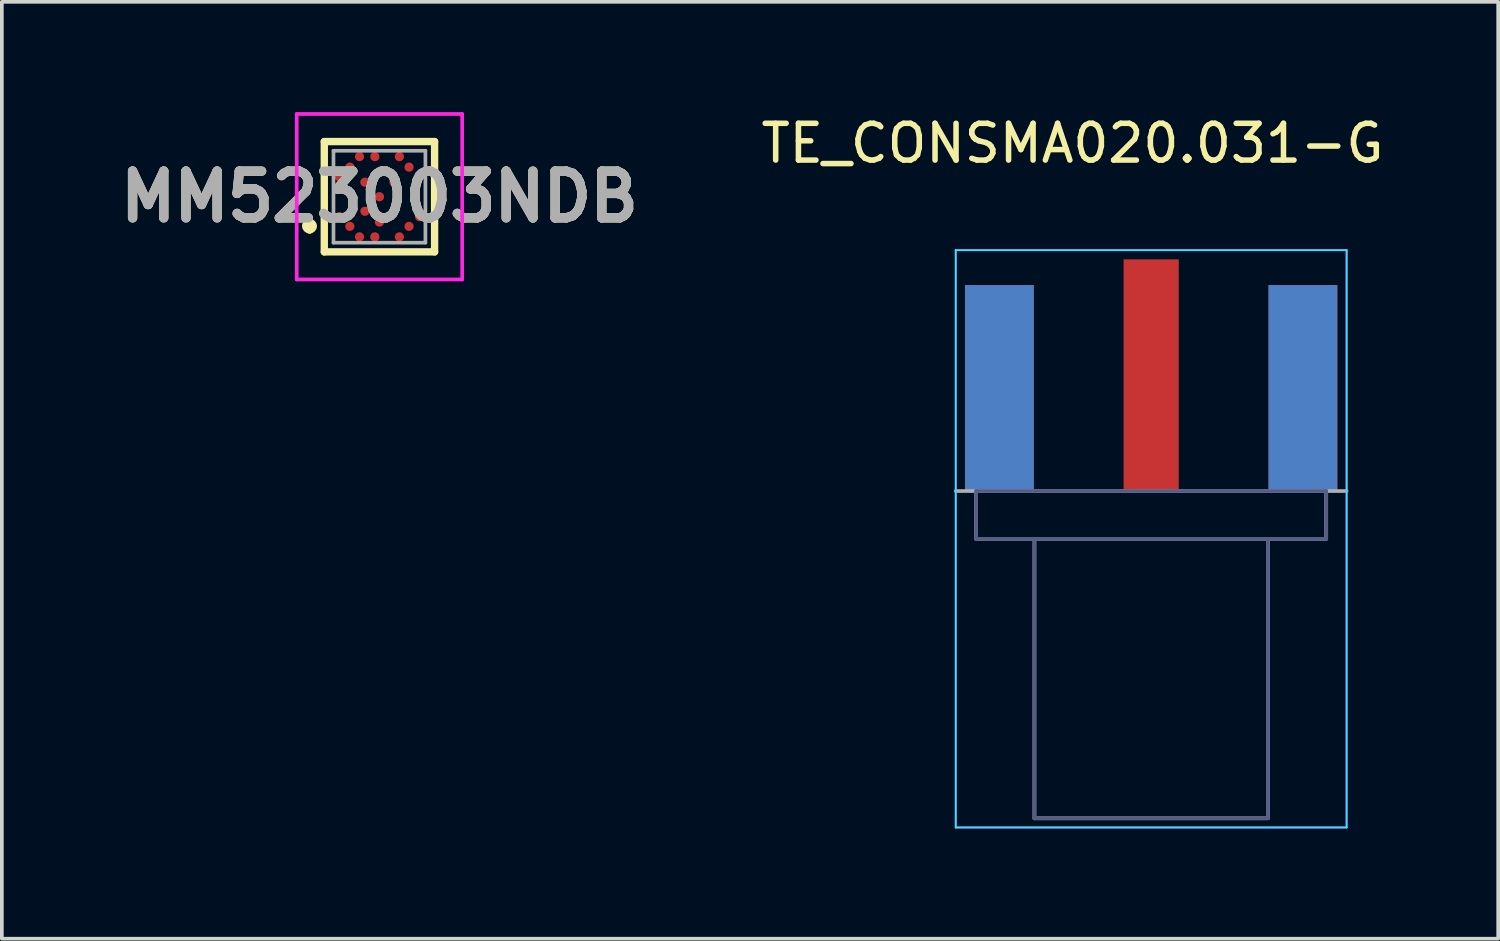
<source format=kicad_pcb>
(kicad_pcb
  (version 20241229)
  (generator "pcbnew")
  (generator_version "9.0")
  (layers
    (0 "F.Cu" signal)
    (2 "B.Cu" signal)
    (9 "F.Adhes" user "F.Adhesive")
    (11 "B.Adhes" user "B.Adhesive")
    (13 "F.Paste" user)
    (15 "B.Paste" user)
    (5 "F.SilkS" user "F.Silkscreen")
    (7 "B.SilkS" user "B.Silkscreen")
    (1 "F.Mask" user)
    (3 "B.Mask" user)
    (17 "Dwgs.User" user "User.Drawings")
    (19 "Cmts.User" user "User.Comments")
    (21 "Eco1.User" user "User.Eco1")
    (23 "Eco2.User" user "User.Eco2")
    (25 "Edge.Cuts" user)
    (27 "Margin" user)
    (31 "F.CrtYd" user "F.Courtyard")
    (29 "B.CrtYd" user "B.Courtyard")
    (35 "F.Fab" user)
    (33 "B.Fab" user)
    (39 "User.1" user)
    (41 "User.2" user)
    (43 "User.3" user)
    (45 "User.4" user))
  (footprint "TE_CONSMA020.031-G"
    (layer "F.Cu")
    (at 28.256 10.303)
    (property "Reference" "TE_CONSMA020.031-G" (at -2.14 -9.455 0) (layer "F.SilkS") (effects (font (size 1 1) (thickness 0.15))))
    (attr smd)
    (fp_line (start -5.315 -6.55) (end -5.315 9.15) (stroke (width 0.05) (type solid)) (layer "B.CrtYd"))
    (fp_line (start -5.315 9.15) (end 5.315 9.15) (stroke (width 0.05) (type solid)) (layer "B.CrtYd"))
    (fp_line (start 5.315 -6.55) (end -5.315 -6.55) (stroke (width 0.05) (type solid)) (layer "B.CrtYd"))
    (fp_line (start 5.315 9.15) (end 5.315 -6.55) (stroke (width 0.05) (type solid)) (layer "B.CrtYd"))
    (fp_line (start -5.315 -6.55) (end -5.315 9.15) (stroke (width 0.05) (type solid)) (layer "F.CrtYd"))
    (fp_line (start -5.315 9.15) (end 5.315 9.15) (stroke (width 0.05) (type solid)) (layer "F.CrtYd"))
    (fp_line (start 5.315 -6.55) (end -5.315 -6.55) (stroke (width 0.05) (type solid)) (layer "F.CrtYd"))
    (fp_line (start 5.315 9.15) (end 5.315 -6.55) (stroke (width 0.05) (type solid)) (layer "F.CrtYd"))
    (fp_line (start -4.76 0) (end -4.76 1.3) (stroke (width 0.1) (type solid)) (layer "B.Fab"))
    (fp_line (start -4.76 0) (end 4.76 0) (stroke (width 0.1) (type solid)) (layer "B.Fab"))
    (fp_line (start -4.76 1.3) (end -3.175 1.3) (stroke (width 0.1) (type solid)) (layer "B.Fab"))
    (fp_line (start -3.175 1.3) (end -3.175 8.9) (stroke (width 0.1) (type solid)) (layer "B.Fab"))
    (fp_line (start -3.175 1.3) (end 3.175 1.3) (stroke (width 0.1) (type solid)) (layer "B.Fab"))
    (fp_line (start -3.175 8.9) (end 3.175 8.9) (stroke (width 0.1) (type solid)) (layer "B.Fab"))
    (fp_line (start 3.175 1.3) (end 4.76 1.3) (stroke (width 0.1) (type solid)) (layer "B.Fab"))
    (fp_line (start 3.175 8.9) (end 3.175 1.3) (stroke (width 0.1) (type solid)) (layer "B.Fab"))
    (fp_line (start 4.76 1.3) (end 4.76 0) (stroke (width 0.1) (type solid)) (layer "B.Fab"))
    (fp_line (start -4.76 0) (end -5.315 0) (stroke (width 0.1) (type solid)) (layer "F.Fab"))
    (fp_line (start -4.76 0) (end -4.76 1.3) (stroke (width 0.1) (type solid)) (layer "F.Fab"))
    (fp_line (start -4.76 0) (end 4.76 0) (stroke (width 0.1) (type solid)) (layer "F.Fab"))
    (fp_line (start -4.76 1.3) (end -3.175 1.3) (stroke (width 0.1) (type solid)) (layer "F.Fab"))
    (fp_line (start -3.175 1.3) (end -3.175 8.9) (stroke (width 0.1) (type solid)) (layer "F.Fab"))
    (fp_line (start -3.175 1.3) (end 3.175 1.3) (stroke (width 0.1) (type solid)) (layer "F.Fab"))
    (fp_line (start -3.175 8.9) (end 3.175 8.9) (stroke (width 0.1) (type solid)) (layer "F.Fab"))
    (fp_line (start 3.175 1.3) (end 4.76 1.3) (stroke (width 0.1) (type solid)) (layer "F.Fab"))
    (fp_line (start 3.175 8.9) (end 3.175 1.3) (stroke (width 0.1) (type solid)) (layer "F.Fab"))
    (fp_line (start 4.76 0) (end 5.315 0) (stroke (width 0.1) (type solid)) (layer "F.Fab"))
    (fp_line (start 4.76 1.3) (end 4.76 0) (stroke (width 0.1) (type solid)) (layer "F.Fab"))
    (pad "1" smd rect (at 0 -3.15) (size 1.5 6.3) (layers "F.Cu" "F.Mask" "F.Paste"))
    (pad "2" smd rect (at -4.13 -2.8) (size 1.87 5.6) (layers "F.Cu" "F.Mask" "F.Paste"))
    (pad "3" smd rect (at 4.13 -2.8) (size 1.87 5.6) (layers "F.Cu" "F.Mask" "F.Paste"))
    (pad "4" smd rect (at -4.125 -2.8) (size 1.87 5.6) (layers "B.Cu" "B.Mask" "B.Paste"))
    (pad "5" smd rect (at 4.125 -2.8) (size 1.87 5.6) (layers "B.Cu" "B.Mask" "B.Paste")))
  (footprint "MM523003NDB"
    (layer "F.Cu")
    (at 7.269 2.3)
    (property "Reference" "MM523003NDB" (at 0 0 0) (layer "F.SilkS") (effects (font (size 1.27 1.27) (thickness 0.254))))
    (attr smd)
    (fp_line (start -1.9 0.69) (end -1.9 0.69) (stroke (width 0.2) (type solid)) (layer "F.SilkS"))
    (fp_line (start -1.9 0.9) (end -1.9 0.9) (stroke (width 0.2) (type solid)) (layer "F.SilkS"))
    (fp_line (start -1.5 -1.5) (end -1.5 1.5) (stroke (width 0.2) (type solid)) (layer "F.SilkS"))
    (fp_line (start -1.5 1.5) (end 1.5 1.5) (stroke (width 0.2) (type solid)) (layer "F.SilkS"))
    (fp_line (start 1.5 -1.5) (end -1.5 -1.5) (stroke (width 0.2) (type solid)) (layer "F.SilkS"))
    (fp_line (start 1.5 1.5) (end 1.5 -1.5) (stroke (width 0.2) (type solid)) (layer "F.SilkS"))
    (fp_arc (start -1.9 0.7) (mid -1.8 0.8) (end -1.9 0.9) (stroke (width 0.2) (type solid)) (layer "F.SilkS"))
    (fp_arc (start -1.9 0.9) (mid -2.005 0.795) (end -1.9 0.69) (stroke (width 0.2) (type solid)) (layer "F.SilkS"))
    (fp_line (start -2.25 -2.25) (end -2.25 2.25) (stroke (width 0.1) (type solid)) (layer "F.CrtYd"))
    (fp_line (start -2.25 2.25) (end 2.25 2.25) (stroke (width 0.1) (type solid)) (layer "F.CrtYd"))
    (fp_line (start 2.25 -2.25) (end -2.25 -2.25) (stroke (width 0.1) (type solid)) (layer "F.CrtYd"))
    (fp_line (start 2.25 2.25) (end 2.25 -2.25) (stroke (width 0.1) (type solid)) (layer "F.CrtYd"))
    (fp_line (start -1.25 -1.25) (end -1.25 1.25) (stroke (width 0.1) (type solid)) (layer "F.Fab"))
    (fp_line (start -1.25 1.25) (end 1.25 1.25) (stroke (width 0.1) (type solid)) (layer "F.Fab"))
    (fp_line (start 1.25 -1.25) (end -1.25 -1.25) (stroke (width 0.1) (type solid)) (layer "F.Fab"))
    (fp_line (start 1.25 1.25) (end 1.25 -1.25) (stroke (width 0.1) (type solid)) (layer "F.Fab"))
    (fp_text user "${REFERENCE}" (at 0 0 0) (layer "F.Fab") (effects (font (size 1.27 1.27) (thickness 0.254))))
    (pad "1" smd circle (at -0.805 0.805 90) (size 0.25 0.25) (layers "F.Cu" "F.Mask" "F.Paste"))
    (pad "2" smd circle (at 0.805 0.805 90) (size 0.25 0.25) (layers "F.Cu" "F.Mask" "F.Paste"))
    (pad "3" smd circle (at 0.805 -0.805 90) (size 0.25 0.25) (layers "F.Cu" "F.Mask" "F.Paste"))
    (pad "4" smd circle (at -0.805 -0.805 90) (size 0.25 0.25) (layers "F.Cu" "F.Mask" "F.Paste"))
    (pad "5" smd circle (at -0.125 1.091 90) (size 0.25 0.25) (layers "F.Cu" "F.Mask" "F.Paste"))
    (pad "6" smd circle (at 0 0.69 90) (size 0.25 0.25) (layers "F.Cu" "F.Mask" "F.Paste"))
    (pad "7" smd circle (at 0 -0.69 90) (size 0.25 0.25) (layers "F.Cu" "F.Mask" "F.Paste"))
    (pad "8" smd circle (at -0.125 -1.091 90) (size 0.25 0.25) (layers "F.Cu" "F.Mask" "F.Paste"))
    (pad "9" smd circle (at -1.091 -0.542 90) (size 0.25 0.25) (layers "F.Cu" "F.Mask" "F.Paste"))
    (pad "10" smd circle (at -1.091 0.542 90) (size 0.25 0.25) (layers "F.Cu" "F.Mask" "F.Paste"))
    (pad "11" smd circle (at -0.542 -1.091 90) (size 0.25 0.25) (layers "F.Cu" "F.Mask" "F.Paste"))
    (pad "12" smd circle (at -0.395 -0.395 90) (size 0.25 0.25) (layers "F.Cu" "F.Mask" "F.Paste"))
    (pad "13" smd circle (at -0.395 0.395 90) (size 0.25 0.25) (layers "F.Cu" "F.Mask" "F.Paste"))
    (pad "14" smd circle (at -0.542 1.091 90) (size 0.25 0.25) (layers "F.Cu" "F.Mask" "F.Paste"))
    (pad "15" smd circle (at 0.395 -0.395 90) (size 0.25 0.25) (layers "F.Cu" "F.Mask" "F.Paste"))
    (pad "16" smd circle (at 0.395 0.395 90) (size 0.25 0.25) (layers "F.Cu" "F.Mask" "F.Paste"))
    (pad "17" smd circle (at 0.542 -1.091 90) (size 0.25 0.25) (layers "F.Cu" "F.Mask" "F.Paste"))
    (pad "18" smd circle (at 0.542 1.091 90) (size 0.25 0.25) (layers "F.Cu" "F.Mask" "F.Paste"))
    (pad "19" smd circle (at 1.091 -0.542 90) (size 0.25 0.25) (layers "F.Cu" "F.Mask" "F.Paste"))
    (pad "20" smd circle (at 1.091 0.542 90) (size 0.25 0.25) (layers "F.Cu" "F.Mask" "F.Paste"))
    (pad "21" smd circle (at 0 0 90) (size 0.25 0.25) (layers "F.Cu" "F.Mask" "F.Paste")))
  (gr_rect
    (start -3 -3)
    (end 37.693 22.478)
    (stroke (width 0.1) (type default))
    (fill no)
    (layer "Edge.Cuts")))
</source>
